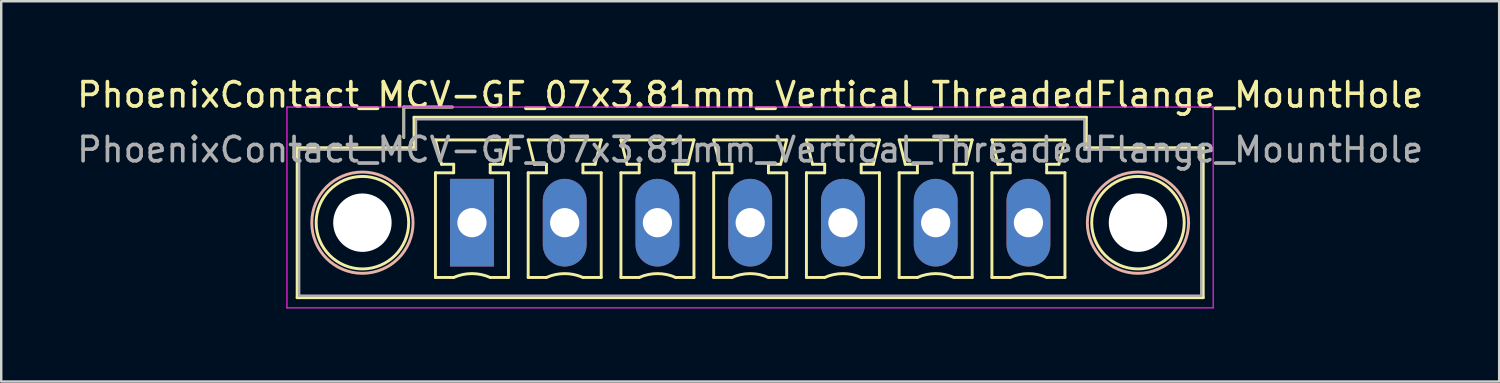
<source format=kicad_pcb>
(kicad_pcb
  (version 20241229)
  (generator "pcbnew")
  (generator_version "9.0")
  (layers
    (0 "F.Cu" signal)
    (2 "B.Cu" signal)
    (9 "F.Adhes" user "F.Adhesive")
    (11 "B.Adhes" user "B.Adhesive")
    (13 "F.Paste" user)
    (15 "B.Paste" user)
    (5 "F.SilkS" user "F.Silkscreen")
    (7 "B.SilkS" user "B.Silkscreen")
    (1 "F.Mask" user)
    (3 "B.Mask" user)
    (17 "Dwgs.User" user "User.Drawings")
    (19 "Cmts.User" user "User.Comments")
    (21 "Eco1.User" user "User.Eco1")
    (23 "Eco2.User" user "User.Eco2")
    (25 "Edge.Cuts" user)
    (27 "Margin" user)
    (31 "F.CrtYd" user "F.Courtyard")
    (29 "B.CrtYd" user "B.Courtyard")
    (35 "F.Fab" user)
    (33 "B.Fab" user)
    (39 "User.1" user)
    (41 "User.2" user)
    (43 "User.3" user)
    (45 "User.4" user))
  (footprint "PhoenixContact_MCV-GF_07x3.81mm_Vertical_ThreadedFlange_MountHole"
    (layer "F.Cu")
    (at 16.338 6.098)
    (property "Reference" "PhoenixContact_MCV-GF_07x3.81mm_Vertical_ThreadedFlange_MountHole" (at 11.43 -5.25 0) (layer "F.SilkS") (effects (font (size 1 1) (thickness 0.15))))
    (attr through_hole)
    (fp_line (start -7.18 -3.08) (end -7.18 3.08) (stroke (width 0.12) (type solid)) (layer "F.SilkS"))
    (fp_line (start -7.18 3.08) (end 30.04 3.08) (stroke (width 0.12) (type solid)) (layer "F.SilkS"))
    (fp_line (start -2.8 -4.75) (end -0.8 -4.75) (stroke (width 0.12) (type solid)) (layer "F.SilkS"))
    (fp_line (start -2.8 -3.5) (end -2.8 -4.75) (stroke (width 0.12) (type solid)) (layer "F.SilkS"))
    (fp_line (start -2.38 -4.33) (end -2.38 -3.08) (stroke (width 0.12) (type solid)) (layer "F.SilkS"))
    (fp_line (start -2.38 -3.08) (end -7.18 -3.08) (stroke (width 0.12) (type solid)) (layer "F.SilkS"))
    (fp_line (start -1.5 -3.4) (end 1.5 -3.4) (stroke (width 0.12) (type solid)) (layer "F.SilkS"))
    (fp_line (start -1.5 -2.05) (end -0.75 -2.05) (stroke (width 0.12) (type solid)) (layer "F.SilkS"))
    (fp_line (start -1.5 2.25) (end -1.5 -2.05) (stroke (width 0.12) (type solid)) (layer "F.SilkS"))
    (fp_line (start -1.25 -2.4) (end -1.5 -3.4) (stroke (width 0.12) (type solid)) (layer "F.SilkS"))
    (fp_line (start -0.75 -2.4) (end -1.25 -2.4) (stroke (width 0.12) (type solid)) (layer "F.SilkS"))
    (fp_line (start -0.75 -2.05) (end -0.75 -2.4) (stroke (width 0.12) (type solid)) (layer "F.SilkS"))
    (fp_line (start -0.75 2.25) (end -1.5 2.25) (stroke (width 0.12) (type solid)) (layer "F.SilkS"))
    (fp_line (start 0.75 -2.4) (end 0.75 -2.05) (stroke (width 0.12) (type solid)) (layer "F.SilkS"))
    (fp_line (start 0.75 -2.05) (end 1.5 -2.05) (stroke (width 0.12) (type solid)) (layer "F.SilkS"))
    (fp_line (start 1.25 -2.4) (end 0.75 -2.4) (stroke (width 0.12) (type solid)) (layer "F.SilkS"))
    (fp_line (start 1.5 -3.4) (end 1.25 -2.4) (stroke (width 0.12) (type solid)) (layer "F.SilkS"))
    (fp_line (start 1.5 -2.05) (end 1.5 2.25) (stroke (width 0.12) (type solid)) (layer "F.SilkS"))
    (fp_line (start 1.5 2.25) (end 0.75 2.25) (stroke (width 0.12) (type solid)) (layer "F.SilkS"))
    (fp_line (start 2.31 -3.4) (end 5.31 -3.4) (stroke (width 0.12) (type solid)) (layer "F.SilkS"))
    (fp_line (start 2.31 -2.05) (end 3.06 -2.05) (stroke (width 0.12) (type solid)) (layer "F.SilkS"))
    (fp_line (start 2.31 2.25) (end 2.31 -2.05) (stroke (width 0.12) (type solid)) (layer "F.SilkS"))
    (fp_line (start 2.56 -2.4) (end 2.31 -3.4) (stroke (width 0.12) (type solid)) (layer "F.SilkS"))
    (fp_line (start 3.06 -2.4) (end 2.56 -2.4) (stroke (width 0.12) (type solid)) (layer "F.SilkS"))
    (fp_line (start 3.06 -2.05) (end 3.06 -2.4) (stroke (width 0.12) (type solid)) (layer "F.SilkS"))
    (fp_line (start 3.06 2.25) (end 2.31 2.25) (stroke (width 0.12) (type solid)) (layer "F.SilkS"))
    (fp_line (start 4.56 -2.4) (end 4.56 -2.05) (stroke (width 0.12) (type solid)) (layer "F.SilkS"))
    (fp_line (start 4.56 -2.05) (end 5.31 -2.05) (stroke (width 0.12) (type solid)) (layer "F.SilkS"))
    (fp_line (start 5.06 -2.4) (end 4.56 -2.4) (stroke (width 0.12) (type solid)) (layer "F.SilkS"))
    (fp_line (start 5.31 -3.4) (end 5.06 -2.4) (stroke (width 0.12) (type solid)) (layer "F.SilkS"))
    (fp_line (start 5.31 -2.05) (end 5.31 2.25) (stroke (width 0.12) (type solid)) (layer "F.SilkS"))
    (fp_line (start 5.31 2.25) (end 4.56 2.25) (stroke (width 0.12) (type solid)) (layer "F.SilkS"))
    (fp_line (start 6.12 -3.4) (end 9.12 -3.4) (stroke (width 0.12) (type solid)) (layer "F.SilkS"))
    (fp_line (start 6.12 -2.05) (end 6.87 -2.05) (stroke (width 0.12) (type solid)) (layer "F.SilkS"))
    (fp_line (start 6.12 2.25) (end 6.12 -2.05) (stroke (width 0.12) (type solid)) (layer "F.SilkS"))
    (fp_line (start 6.37 -2.4) (end 6.12 -3.4) (stroke (width 0.12) (type solid)) (layer "F.SilkS"))
    (fp_line (start 6.87 -2.4) (end 6.37 -2.4) (stroke (width 0.12) (type solid)) (layer "F.SilkS"))
    (fp_line (start 6.87 -2.05) (end 6.87 -2.4) (stroke (width 0.12) (type solid)) (layer "F.SilkS"))
    (fp_line (start 6.87 2.25) (end 6.12 2.25) (stroke (width 0.12) (type solid)) (layer "F.SilkS"))
    (fp_line (start 8.37 -2.4) (end 8.37 -2.05) (stroke (width 0.12) (type solid)) (layer "F.SilkS"))
    (fp_line (start 8.37 -2.05) (end 9.12 -2.05) (stroke (width 0.12) (type solid)) (layer "F.SilkS"))
    (fp_line (start 8.87 -2.4) (end 8.37 -2.4) (stroke (width 0.12) (type solid)) (layer "F.SilkS"))
    (fp_line (start 9.12 -3.4) (end 8.87 -2.4) (stroke (width 0.12) (type solid)) (layer "F.SilkS"))
    (fp_line (start 9.12 -2.05) (end 9.12 2.25) (stroke (width 0.12) (type solid)) (layer "F.SilkS"))
    (fp_line (start 9.12 2.25) (end 8.37 2.25) (stroke (width 0.12) (type solid)) (layer "F.SilkS"))
    (fp_line (start 9.93 -3.4) (end 12.93 -3.4) (stroke (width 0.12) (type solid)) (layer "F.SilkS"))
    (fp_line (start 9.93 -2.05) (end 10.68 -2.05) (stroke (width 0.12) (type solid)) (layer "F.SilkS"))
    (fp_line (start 9.93 2.25) (end 9.93 -2.05) (stroke (width 0.12) (type solid)) (layer "F.SilkS"))
    (fp_line (start 10.18 -2.4) (end 9.93 -3.4) (stroke (width 0.12) (type solid)) (layer "F.SilkS"))
    (fp_line (start 10.68 -2.4) (end 10.18 -2.4) (stroke (width 0.12) (type solid)) (layer "F.SilkS"))
    (fp_line (start 10.68 -2.05) (end 10.68 -2.4) (stroke (width 0.12) (type solid)) (layer "F.SilkS"))
    (fp_line (start 10.68 2.25) (end 9.93 2.25) (stroke (width 0.12) (type solid)) (layer "F.SilkS"))
    (fp_line (start 12.18 -2.4) (end 12.18 -2.05) (stroke (width 0.12) (type solid)) (layer "F.SilkS"))
    (fp_line (start 12.18 -2.05) (end 12.93 -2.05) (stroke (width 0.12) (type solid)) (layer "F.SilkS"))
    (fp_line (start 12.68 -2.4) (end 12.18 -2.4) (stroke (width 0.12) (type solid)) (layer "F.SilkS"))
    (fp_line (start 12.93 -3.4) (end 12.68 -2.4) (stroke (width 0.12) (type solid)) (layer "F.SilkS"))
    (fp_line (start 12.93 -2.05) (end 12.93 2.25) (stroke (width 0.12) (type solid)) (layer "F.SilkS"))
    (fp_line (start 12.93 2.25) (end 12.18 2.25) (stroke (width 0.12) (type solid)) (layer "F.SilkS"))
    (fp_line (start 13.74 -3.4) (end 16.74 -3.4) (stroke (width 0.12) (type solid)) (layer "F.SilkS"))
    (fp_line (start 13.74 -2.05) (end 14.49 -2.05) (stroke (width 0.12) (type solid)) (layer "F.SilkS"))
    (fp_line (start 13.74 2.25) (end 13.74 -2.05) (stroke (width 0.12) (type solid)) (layer "F.SilkS"))
    (fp_line (start 13.99 -2.4) (end 13.74 -3.4) (stroke (width 0.12) (type solid)) (layer "F.SilkS"))
    (fp_line (start 14.49 -2.4) (end 13.99 -2.4) (stroke (width 0.12) (type solid)) (layer "F.SilkS"))
    (fp_line (start 14.49 -2.05) (end 14.49 -2.4) (stroke (width 0.12) (type solid)) (layer "F.SilkS"))
    (fp_line (start 14.49 2.25) (end 13.74 2.25) (stroke (width 0.12) (type solid)) (layer "F.SilkS"))
    (fp_line (start 15.99 -2.4) (end 15.99 -2.05) (stroke (width 0.12) (type solid)) (layer "F.SilkS"))
    (fp_line (start 15.99 -2.05) (end 16.74 -2.05) (stroke (width 0.12) (type solid)) (layer "F.SilkS"))
    (fp_line (start 16.49 -2.4) (end 15.99 -2.4) (stroke (width 0.12) (type solid)) (layer "F.SilkS"))
    (fp_line (start 16.74 -3.4) (end 16.49 -2.4) (stroke (width 0.12) (type solid)) (layer "F.SilkS"))
    (fp_line (start 16.74 -2.05) (end 16.74 2.25) (stroke (width 0.12) (type solid)) (layer "F.SilkS"))
    (fp_line (start 16.74 2.25) (end 15.99 2.25) (stroke (width 0.12) (type solid)) (layer "F.SilkS"))
    (fp_line (start 17.55 -3.4) (end 20.55 -3.4) (stroke (width 0.12) (type solid)) (layer "F.SilkS"))
    (fp_line (start 17.55 -2.05) (end 18.3 -2.05) (stroke (width 0.12) (type solid)) (layer "F.SilkS"))
    (fp_line (start 17.55 2.25) (end 17.55 -2.05) (stroke (width 0.12) (type solid)) (layer "F.SilkS"))
    (fp_line (start 17.8 -2.4) (end 17.55 -3.4) (stroke (width 0.12) (type solid)) (layer "F.SilkS"))
    (fp_line (start 18.3 -2.4) (end 17.8 -2.4) (stroke (width 0.12) (type solid)) (layer "F.SilkS"))
    (fp_line (start 18.3 -2.05) (end 18.3 -2.4) (stroke (width 0.12) (type solid)) (layer "F.SilkS"))
    (fp_line (start 18.3 2.25) (end 17.55 2.25) (stroke (width 0.12) (type solid)) (layer "F.SilkS"))
    (fp_line (start 19.8 -2.4) (end 19.8 -2.05) (stroke (width 0.12) (type solid)) (layer "F.SilkS"))
    (fp_line (start 19.8 -2.05) (end 20.55 -2.05) (stroke (width 0.12) (type solid)) (layer "F.SilkS"))
    (fp_line (start 20.3 -2.4) (end 19.8 -2.4) (stroke (width 0.12) (type solid)) (layer "F.SilkS"))
    (fp_line (start 20.55 -3.4) (end 20.3 -2.4) (stroke (width 0.12) (type solid)) (layer "F.SilkS"))
    (fp_line (start 20.55 -2.05) (end 20.55 2.25) (stroke (width 0.12) (type solid)) (layer "F.SilkS"))
    (fp_line (start 20.55 2.25) (end 19.8 2.25) (stroke (width 0.12) (type solid)) (layer "F.SilkS"))
    (fp_line (start 21.36 -3.4) (end 24.36 -3.4) (stroke (width 0.12) (type solid)) (layer "F.SilkS"))
    (fp_line (start 21.36 -2.05) (end 22.11 -2.05) (stroke (width 0.12) (type solid)) (layer "F.SilkS"))
    (fp_line (start 21.36 2.25) (end 21.36 -2.05) (stroke (width 0.12) (type solid)) (layer "F.SilkS"))
    (fp_line (start 21.61 -2.4) (end 21.36 -3.4) (stroke (width 0.12) (type solid)) (layer "F.SilkS"))
    (fp_line (start 22.11 -2.4) (end 21.61 -2.4) (stroke (width 0.12) (type solid)) (layer "F.SilkS"))
    (fp_line (start 22.11 -2.05) (end 22.11 -2.4) (stroke (width 0.12) (type solid)) (layer "F.SilkS"))
    (fp_line (start 22.11 2.25) (end 21.36 2.25) (stroke (width 0.12) (type solid)) (layer "F.SilkS"))
    (fp_line (start 23.61 -2.4) (end 23.61 -2.05) (stroke (width 0.12) (type solid)) (layer "F.SilkS"))
    (fp_line (start 23.61 -2.05) (end 24.36 -2.05) (stroke (width 0.12) (type solid)) (layer "F.SilkS"))
    (fp_line (start 24.11 -2.4) (end 23.61 -2.4) (stroke (width 0.12) (type solid)) (layer "F.SilkS"))
    (fp_line (start 24.36 -3.4) (end 24.11 -2.4) (stroke (width 0.12) (type solid)) (layer "F.SilkS"))
    (fp_line (start 24.36 -2.05) (end 24.36 2.25) (stroke (width 0.12) (type solid)) (layer "F.SilkS"))
    (fp_line (start 24.36 2.25) (end 23.61 2.25) (stroke (width 0.12) (type solid)) (layer "F.SilkS"))
    (fp_line (start 25.24 -4.33) (end -2.38 -4.33) (stroke (width 0.12) (type solid)) (layer "F.SilkS"))
    (fp_line (start 25.24 -3.08) (end 25.24 -4.33) (stroke (width 0.12) (type solid)) (layer "F.SilkS"))
    (fp_line (start 30.04 -3.08) (end 25.24 -3.08) (stroke (width 0.12) (type solid)) (layer "F.SilkS"))
    (fp_line (start 30.04 3.08) (end 30.04 -3.08) (stroke (width 0.12) (type solid)) (layer "F.SilkS"))
    (fp_arc (start -0.75 2.25) (mid -0.000193 2.09191) (end 0.749647 2.249844) (stroke (width 0.12) (type solid)) (layer "F.SilkS"))
    (fp_arc (start 3.06 2.25) (mid 3.809807 2.09191) (end 4.559647 2.249844) (stroke (width 0.12) (type solid)) (layer "F.SilkS"))
    (fp_arc (start 6.87 2.25) (mid 7.619807 2.09191) (end 8.369647 2.249844) (stroke (width 0.12) (type solid)) (layer "F.SilkS"))
    (fp_arc (start 10.68 2.25) (mid 11.429807 2.09191) (end 12.179647 2.249844) (stroke (width 0.12) (type solid)) (layer "F.SilkS"))
    (fp_arc (start 14.49 2.25) (mid 15.239807 2.09191) (end 15.989647 2.249844) (stroke (width 0.12) (type solid)) (layer "F.SilkS"))
    (fp_arc (start 18.3 2.25) (mid 19.049807 2.09191) (end 19.799647 2.249844) (stroke (width 0.12) (type solid)) (layer "F.SilkS"))
    (fp_arc (start 22.11 2.25) (mid 22.859807 2.09191) (end 23.609647 2.249844) (stroke (width 0.12) (type solid)) (layer "F.SilkS"))
    (fp_circle (center -4.5 0) (end -2.6 0) (stroke (width 0.12) (type solid)) (fill no) (layer "F.SilkS"))
    (fp_circle (center 27.36 0) (end 29.26 0) (stroke (width 0.12) (type solid)) (fill no) (layer "F.SilkS"))
    (fp_circle (center -4.5 0) (end -2.42 0) (stroke (width 0.12) (type solid)) (fill no) (layer "B.SilkS"))
    (fp_circle (center 27.36 0) (end 29.44 0) (stroke (width 0.12) (type solid)) (fill no) (layer "B.SilkS"))
    (fp_line (start -7.6 -4.75) (end -7.6 3.5) (stroke (width 0.05) (type solid)) (layer "F.CrtYd"))
    (fp_line (start -7.6 3.5) (end 30.45 3.5) (stroke (width 0.05) (type solid)) (layer "F.CrtYd"))
    (fp_line (start 30.45 -4.75) (end -7.6 -4.75) (stroke (width 0.05) (type solid)) (layer "F.CrtYd"))
    (fp_line (start 30.45 3.5) (end 30.45 -4.75) (stroke (width 0.05) (type solid)) (layer "F.CrtYd"))
    (fp_line (start -7.1 -3) (end -7.1 3) (stroke (width 0.1) (type solid)) (layer "F.Fab"))
    (fp_line (start -7.1 3) (end 29.96 3) (stroke (width 0.1) (type solid)) (layer "F.Fab"))
    (fp_line (start -2.8 -4.75) (end -0.8 -4.75) (stroke (width 0.1) (type solid)) (layer "F.Fab"))
    (fp_line (start -2.8 -3.5) (end -2.8 -4.75) (stroke (width 0.1) (type solid)) (layer "F.Fab"))
    (fp_line (start -2.3 -4.25) (end -2.3 -3) (stroke (width 0.1) (type solid)) (layer "F.Fab"))
    (fp_line (start -2.3 -3) (end -7.1 -3) (stroke (width 0.1) (type solid)) (layer "F.Fab"))
    (fp_line (start 25.16 -4.25) (end -2.3 -4.25) (stroke (width 0.1) (type solid)) (layer "F.Fab"))
    (fp_line (start 25.16 -3) (end 25.16 -4.25) (stroke (width 0.1) (type solid)) (layer "F.Fab"))
    (fp_line (start 29.96 -3) (end 25.16 -3) (stroke (width 0.1) (type solid)) (layer "F.Fab"))
    (fp_line (start 29.96 3) (end 29.96 -3) (stroke (width 0.1) (type solid)) (layer "F.Fab"))
    (fp_text user "${REFERENCE}" (at 11.43 -3 0) (layer "F.Fab") (effects (font (size 1 1) (thickness 0.15))))
    (pad "" np_thru_hole circle (at -4.5 0) (size 2.4 2.4) (drill 2.4) (layers "*.Cu" "*.Mask"))
    (pad "" np_thru_hole circle (at 27.36 0) (size 2.4 2.4) (drill 2.4) (layers "*.Cu" "*.Mask"))
    (pad "1" thru_hole rect (at 0 0) (size 1.8 3.6) (drill 1.2) (layers "*.Cu" "*.Mask"))
    (pad "2" thru_hole oval (at 3.81 0) (size 1.8 3.6) (drill 1.2) (layers "*.Cu" "*.Mask"))
    (pad "3" thru_hole oval (at 7.62 0) (size 1.8 3.6) (drill 1.2) (layers "*.Cu" "*.Mask"))
    (pad "4" thru_hole oval (at 11.43 0) (size 1.8 3.6) (drill 1.2) (layers "*.Cu" "*.Mask"))
    (pad "5" thru_hole oval (at 15.24 0) (size 1.8 3.6) (drill 1.2) (layers "*.Cu" "*.Mask"))
    (pad "6" thru_hole oval (at 19.05 0) (size 1.8 3.6) (drill 1.2) (layers "*.Cu" "*.Mask"))
    (pad "7" thru_hole oval (at 22.86 0) (size 1.8 3.6) (drill 1.2) (layers "*.Cu" "*.Mask")))
  (gr_rect
    (start -3 -3)
    (end 58.536 12.623)
    (stroke (width 0.1) (type default))
    (fill no)
    (layer "Edge.Cuts")))
</source>
